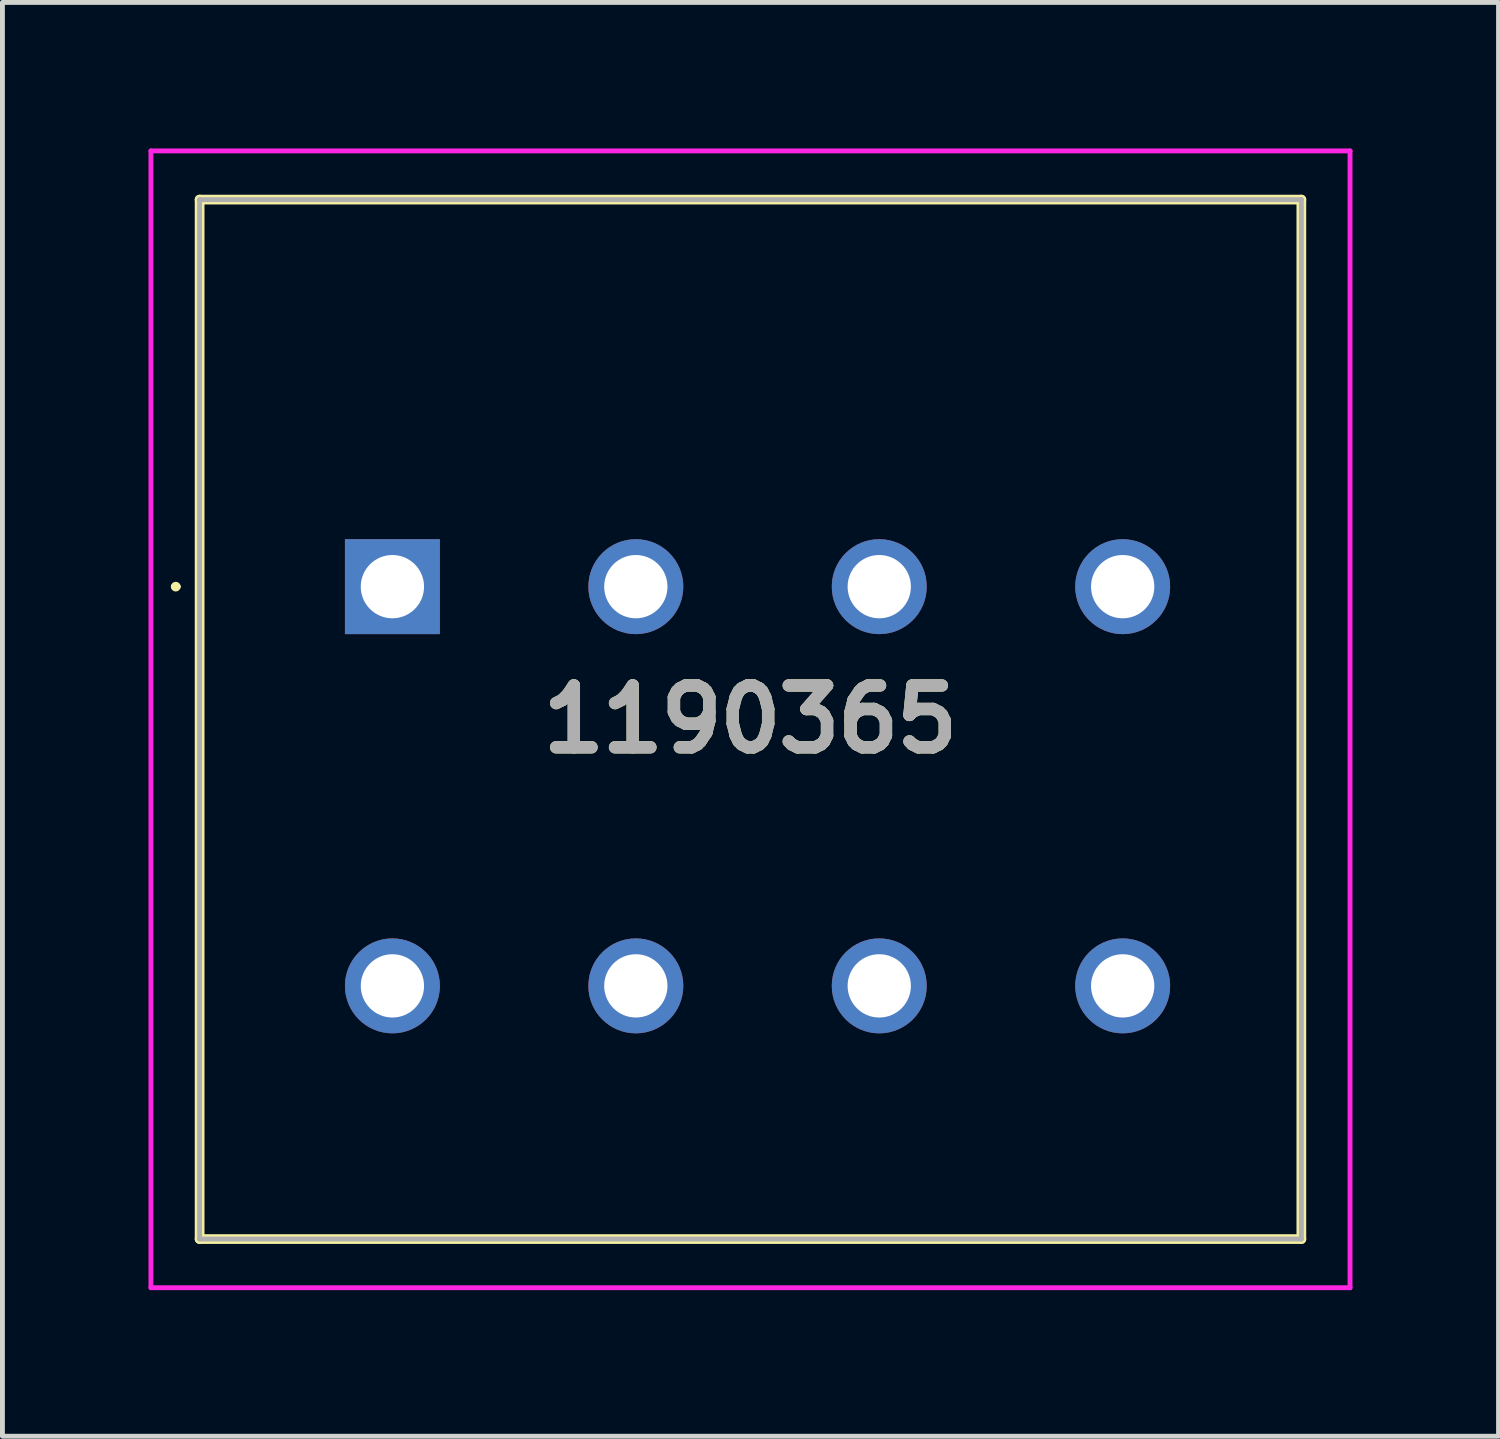
<source format=kicad_pcb>
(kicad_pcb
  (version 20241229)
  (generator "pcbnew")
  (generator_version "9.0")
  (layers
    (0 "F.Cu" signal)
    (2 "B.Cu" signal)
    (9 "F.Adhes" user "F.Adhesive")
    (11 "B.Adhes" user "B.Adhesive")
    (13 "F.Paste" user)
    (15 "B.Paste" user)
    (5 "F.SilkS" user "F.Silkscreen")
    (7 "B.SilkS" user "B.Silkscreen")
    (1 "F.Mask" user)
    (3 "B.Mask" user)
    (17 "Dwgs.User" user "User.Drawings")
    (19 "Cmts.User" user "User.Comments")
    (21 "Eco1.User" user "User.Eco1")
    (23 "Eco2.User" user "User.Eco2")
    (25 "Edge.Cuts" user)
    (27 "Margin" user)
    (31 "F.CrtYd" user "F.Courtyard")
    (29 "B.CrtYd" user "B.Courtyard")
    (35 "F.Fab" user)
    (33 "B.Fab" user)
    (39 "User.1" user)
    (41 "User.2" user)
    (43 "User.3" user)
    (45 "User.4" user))
  (footprint "1190365"
    (layer "F.Cu")
    (at 5.01 9)
    (property "Reference" "1190365" (at 7.355 2.725 0) (layer "F.SilkS") (effects (font (size 1.27 1.27) (thickness 0.254))))
    (attr through_hole)
    (fp_line (start -4.5 0) (end -4.5 0) (stroke (width 0.1) (type solid)) (layer "F.SilkS"))
    (fp_line (start -4.4 0) (end -4.4 0) (stroke (width 0.1) (type solid)) (layer "F.SilkS"))
    (fp_line (start -3.96 -7.95) (end 18.67 -7.95) (stroke (width 0.2) (type solid)) (layer "F.SilkS"))
    (fp_line (start -3.96 13.4) (end -3.96 -7.95) (stroke (width 0.2) (type solid)) (layer "F.SilkS"))
    (fp_line (start 18.67 -7.95) (end 18.67 13.4) (stroke (width 0.2) (type solid)) (layer "F.SilkS"))
    (fp_line (start 18.67 13.4) (end -3.96 13.4) (stroke (width 0.2) (type solid)) (layer "F.SilkS"))
    (fp_arc (start -4.5 0) (mid -4.45 -0.05) (end -4.4 0) (stroke (width 0.1) (type solid)) (layer "F.SilkS"))
    (fp_arc (start -4.4 0) (mid -4.45 0.05) (end -4.5 0) (stroke (width 0.1) (type solid)) (layer "F.SilkS"))
    (fp_line (start -4.96 -8.95) (end 19.67 -8.95) (stroke (width 0.1) (type solid)) (layer "F.CrtYd"))
    (fp_line (start -4.96 14.4) (end -4.96 -8.95) (stroke (width 0.1) (type solid)) (layer "F.CrtYd"))
    (fp_line (start 19.67 -8.95) (end 19.67 14.4) (stroke (width 0.1) (type solid)) (layer "F.CrtYd"))
    (fp_line (start 19.67 14.4) (end -4.96 14.4) (stroke (width 0.1) (type solid)) (layer "F.CrtYd"))
    (fp_line (start -3.96 -7.95) (end 18.67 -7.95) (stroke (width 0.1) (type solid)) (layer "F.Fab"))
    (fp_line (start -3.96 13.4) (end -3.96 -7.95) (stroke (width 0.1) (type solid)) (layer "F.Fab"))
    (fp_line (start 18.67 -7.95) (end 18.67 13.4) (stroke (width 0.1) (type solid)) (layer "F.Fab"))
    (fp_line (start 18.67 13.4) (end -3.96 13.4) (stroke (width 0.1) (type solid)) (layer "F.Fab"))
    (fp_text user "${REFERENCE}" (at 7.355 2.725 0) (layer "F.Fab") (effects (font (size 1.27 1.27) (thickness 0.254))))
    (pad "1" thru_hole rect (at 0 0) (size 1.95 1.95) (drill 1.3) (layers "*.Cu" "*.Mask"))
    (pad "2" thru_hole circle (at 5 0) (size 1.95 1.95) (drill 1.3) (layers "*.Cu" "*.Mask"))
    (pad "3" thru_hole circle (at 10 0) (size 1.95 1.95) (drill 1.3) (layers "*.Cu" "*.Mask"))
    (pad "4" thru_hole circle (at 15 0) (size 1.95 1.95) (drill 1.3) (layers "*.Cu" "*.Mask"))
    (pad "5" thru_hole circle (at 0 8.2) (size 1.95 1.95) (drill 1.3) (layers "*.Cu" "*.Mask"))
    (pad "6" thru_hole circle (at 5 8.2) (size 1.95 1.95) (drill 1.3) (layers "*.Cu" "*.Mask"))
    (pad "7" thru_hole circle (at 10 8.2) (size 1.95 1.95) (drill 1.3) (layers "*.Cu" "*.Mask"))
    (pad "8" thru_hole circle (at 15 8.2) (size 1.95 1.95) (drill 1.3) (layers "*.Cu" "*.Mask")))
  (gr_rect
    (start -3 -3)
    (end 27.73 26.45)
    (stroke (width 0.1) (type default))
    (fill no)
    (layer "Edge.Cuts")))
</source>
